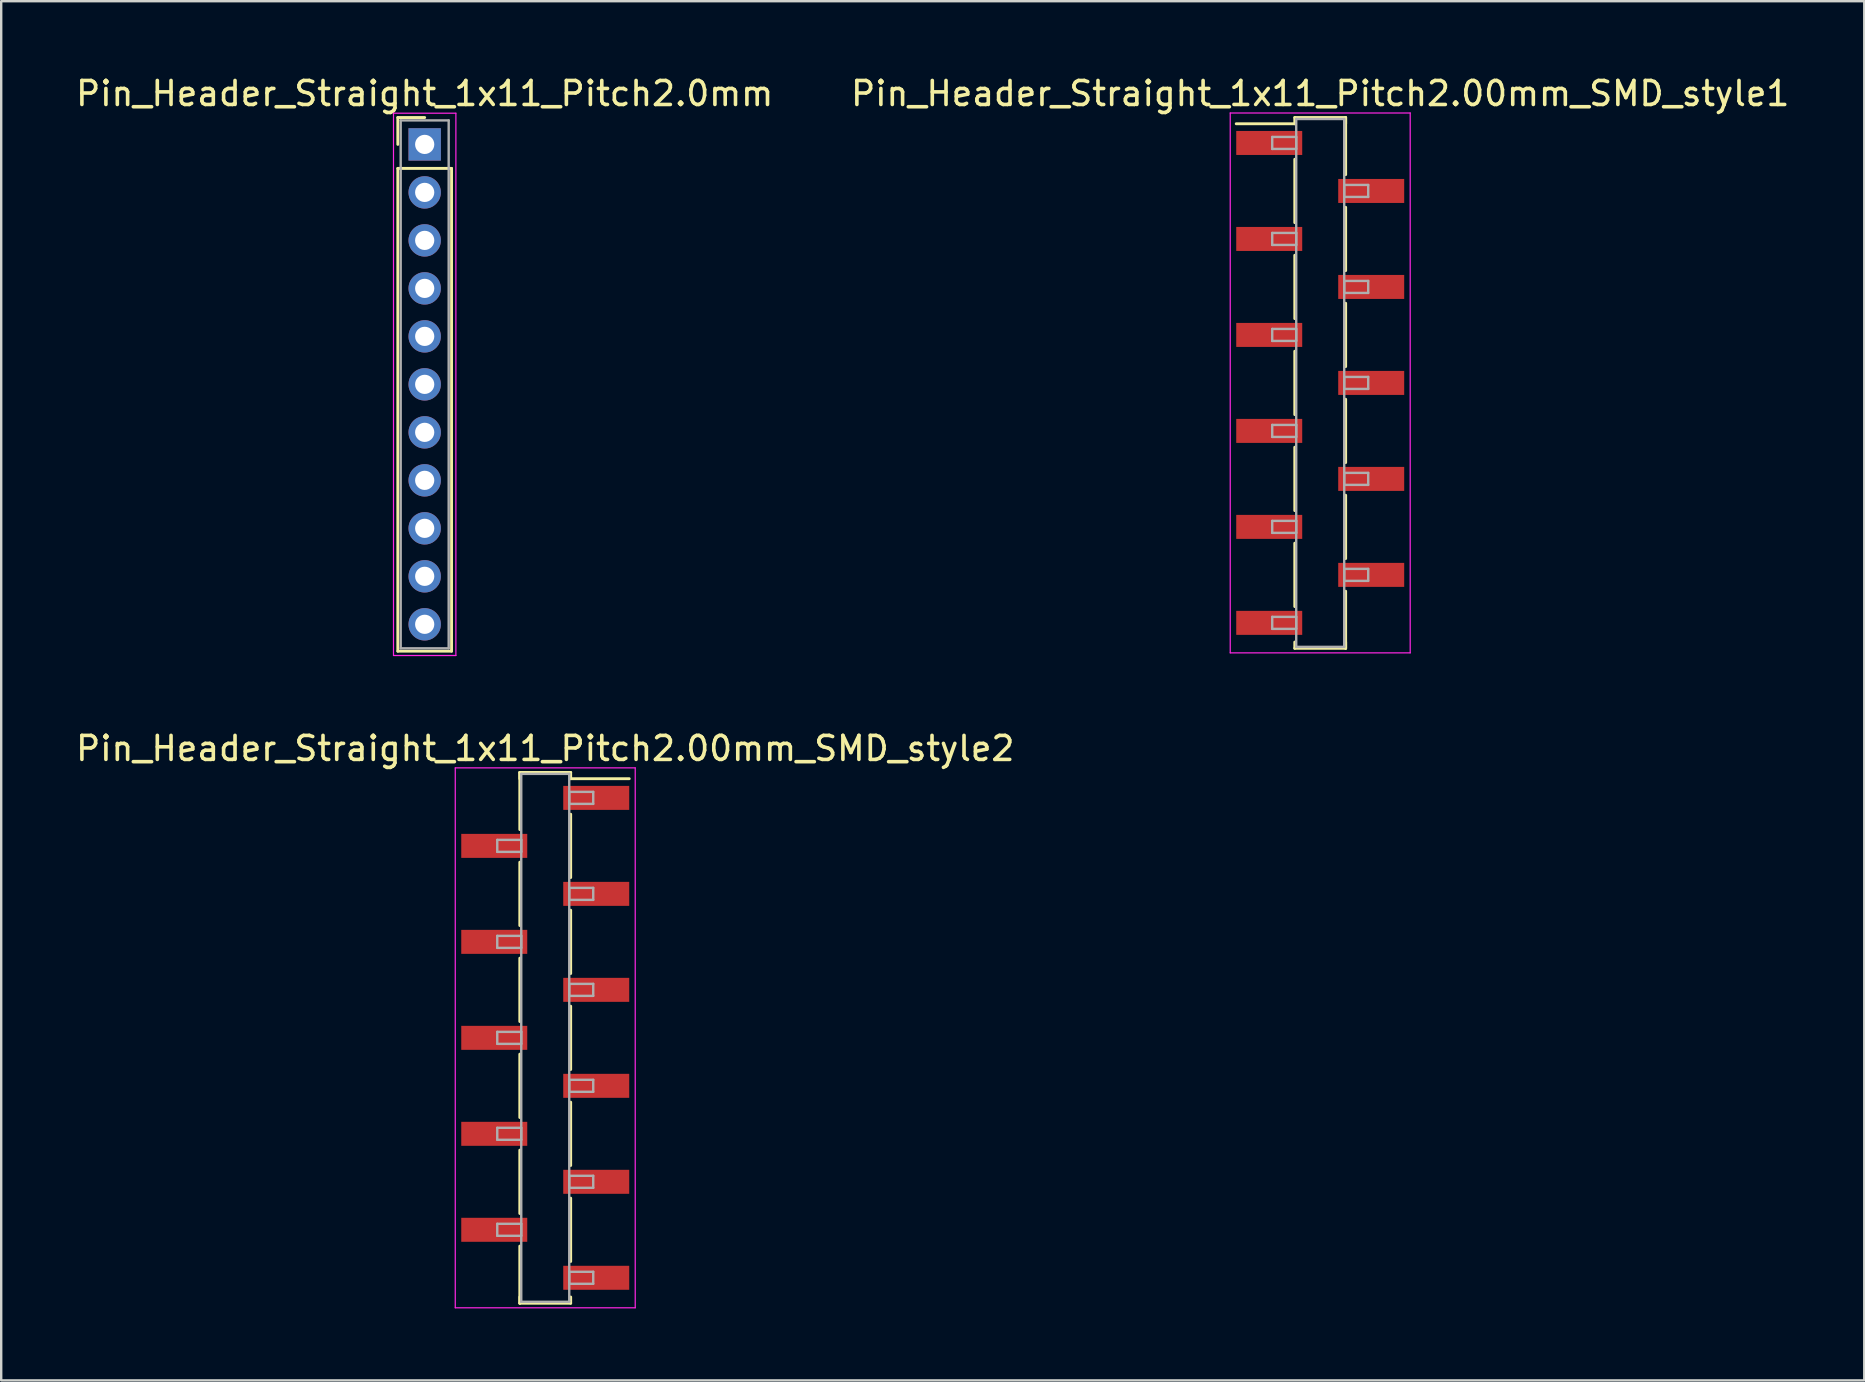
<source format=kicad_pcb>
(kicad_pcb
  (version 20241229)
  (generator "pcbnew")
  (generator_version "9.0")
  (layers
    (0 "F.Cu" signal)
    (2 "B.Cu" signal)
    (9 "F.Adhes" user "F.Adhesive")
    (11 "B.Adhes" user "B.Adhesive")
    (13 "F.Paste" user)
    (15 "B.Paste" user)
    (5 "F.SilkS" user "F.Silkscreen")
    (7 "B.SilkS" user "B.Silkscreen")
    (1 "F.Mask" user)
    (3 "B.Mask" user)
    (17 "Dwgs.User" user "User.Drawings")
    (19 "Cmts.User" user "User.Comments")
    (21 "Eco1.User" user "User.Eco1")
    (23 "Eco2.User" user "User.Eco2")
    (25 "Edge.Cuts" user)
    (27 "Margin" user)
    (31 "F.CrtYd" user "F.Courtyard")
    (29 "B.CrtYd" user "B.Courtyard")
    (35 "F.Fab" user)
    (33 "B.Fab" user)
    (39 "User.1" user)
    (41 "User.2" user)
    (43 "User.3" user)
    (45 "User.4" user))
  (footprint "Pin_Header_Straight_1x11_Pitch2.0mm"
    (layer "F.Cu")
    (at 14.649 2.968)
    (property "Reference" "Pin_Header_Straight_1x11_Pitch2.0mm" (at 0 -2.12 0) (layer "F.SilkS") (effects (font (size 1 1) (thickness 0.15))))
    (attr through_hole)
    (fp_line (start -1.12 -1.12) (end 0 -1.12) (stroke (width 0.12) (type solid)) (layer "F.SilkS"))
    (fp_line (start -1.12 0) (end -1.12 -1.12) (stroke (width 0.12) (type solid)) (layer "F.SilkS"))
    (fp_line (start -1.12 1) (end -1.12 21.12) (stroke (width 0.12) (type solid)) (layer "F.SilkS"))
    (fp_line (start -1.12 21.12) (end 1.12 21.12) (stroke (width 0.12) (type solid)) (layer "F.SilkS"))
    (fp_line (start 1.12 1) (end -1.12 1) (stroke (width 0.12) (type solid)) (layer "F.SilkS"))
    (fp_line (start 1.12 21.12) (end 1.12 1) (stroke (width 0.12) (type solid)) (layer "F.SilkS"))
    (fp_line (start -1.3 -1.3) (end -1.3 21.3) (stroke (width 0.05) (type solid)) (layer "F.CrtYd"))
    (fp_line (start -1.3 21.3) (end 1.3 21.3) (stroke (width 0.05) (type solid)) (layer "F.CrtYd"))
    (fp_line (start 1.3 -1.3) (end -1.3 -1.3) (stroke (width 0.05) (type solid)) (layer "F.CrtYd"))
    (fp_line (start 1.3 21.3) (end 1.3 -1.3) (stroke (width 0.05) (type solid)) (layer "F.CrtYd"))
    (fp_line (start -1 -1) (end -1 21) (stroke (width 0.1) (type solid)) (layer "F.Fab"))
    (fp_line (start -1 21) (end 1 21) (stroke (width 0.1) (type solid)) (layer "F.Fab"))
    (fp_line (start 1 -1) (end -1 -1) (stroke (width 0.1) (type solid)) (layer "F.Fab"))
    (fp_line (start 1 21) (end 1 -1) (stroke (width 0.1) (type solid)) (layer "F.Fab"))
    (pad "1" thru_hole rect (at 0 0) (size 1.35 1.35) (drill 0.8) (layers "*.Cu" "*.Mask"))
    (pad "2" thru_hole oval (at 0 2) (size 1.35 1.35) (drill 0.8) (layers "*.Cu" "*.Mask"))
    (pad "3" thru_hole oval (at 0 4) (size 1.35 1.35) (drill 0.8) (layers "*.Cu" "*.Mask"))
    (pad "4" thru_hole oval (at 0 6) (size 1.35 1.35) (drill 0.8) (layers "*.Cu" "*.Mask"))
    (pad "5" thru_hole oval (at 0 8) (size 1.35 1.35) (drill 0.8) (layers "*.Cu" "*.Mask"))
    (pad "6" thru_hole oval (at 0 10) (size 1.35 1.35) (drill 0.8) (layers "*.Cu" "*.Mask"))
    (pad "7" thru_hole oval (at 0 12) (size 1.35 1.35) (drill 0.8) (layers "*.Cu" "*.Mask"))
    (pad "8" thru_hole oval (at 0 14) (size 1.35 1.35) (drill 0.8) (layers "*.Cu" "*.Mask"))
    (pad "9" thru_hole oval (at 0 16) (size 1.35 1.35) (drill 0.8) (layers "*.Cu" "*.Mask"))
    (pad "10" thru_hole oval (at 0 18) (size 1.35 1.35) (drill 0.8) (layers "*.Cu" "*.Mask"))
    (pad "11" thru_hole oval (at 0 20) (size 1.35 1.35) (drill 0.8) (layers "*.Cu" "*.Mask")))
  (footprint "Pin_Header_Straight_1x11_Pitch2.00mm_SMD_style1"
    (layer "F.Cu")
    (at 51.97 12.908)
    (property "Reference" "Pin_Header_Straight_1x11_Pitch2.00mm_SMD_style1" (at 0 -12.06 0) (layer "F.SilkS") (effects (font (size 1 1) (thickness 0.15))))
    (attr smd)
    (fp_line (start -1.06 -11.06) (end 1.06 -11.06) (stroke (width 0.12) (type solid)) (layer "F.SilkS"))
    (fp_line (start -1.06 -10.8) (end -3.5 -10.8) (stroke (width 0.12) (type solid)) (layer "F.SilkS"))
    (fp_line (start -1.06 -10.8) (end -1.06 -11.06) (stroke (width 0.12) (type solid)) (layer "F.SilkS"))
    (fp_line (start -1.06 -9.32) (end -1.06 -6.68) (stroke (width 0.12) (type solid)) (layer "F.SilkS"))
    (fp_line (start -1.06 -5.32) (end -1.06 -2.68) (stroke (width 0.12) (type solid)) (layer "F.SilkS"))
    (fp_line (start -1.06 -1.32) (end -1.06 1.32) (stroke (width 0.12) (type solid)) (layer "F.SilkS"))
    (fp_line (start -1.06 2.68) (end -1.06 5.32) (stroke (width 0.12) (type solid)) (layer "F.SilkS"))
    (fp_line (start -1.06 6.68) (end -1.06 9.32) (stroke (width 0.12) (type solid)) (layer "F.SilkS"))
    (fp_line (start -1.06 10.8) (end -1.06 11.06) (stroke (width 0.12) (type solid)) (layer "F.SilkS"))
    (fp_line (start -1.06 11.06) (end 1.06 11.06) (stroke (width 0.12) (type solid)) (layer "F.SilkS"))
    (fp_line (start 1.06 -11.06) (end 1.06 -10.8) (stroke (width 0.12) (type solid)) (layer "F.SilkS"))
    (fp_line (start 1.06 -11.06) (end 1.06 -8.68) (stroke (width 0.12) (type solid)) (layer "F.SilkS"))
    (fp_line (start 1.06 -7.32) (end 1.06 -4.68) (stroke (width 0.12) (type solid)) (layer "F.SilkS"))
    (fp_line (start 1.06 -3.32) (end 1.06 -0.68) (stroke (width 0.12) (type solid)) (layer "F.SilkS"))
    (fp_line (start 1.06 0.68) (end 1.06 3.32) (stroke (width 0.12) (type solid)) (layer "F.SilkS"))
    (fp_line (start 1.06 4.68) (end 1.06 7.32) (stroke (width 0.12) (type solid)) (layer "F.SilkS"))
    (fp_line (start 1.06 8.68) (end 1.06 11.06) (stroke (width 0.12) (type solid)) (layer "F.SilkS"))
    (fp_line (start 1.06 11.06) (end 1.06 10.8) (stroke (width 0.12) (type solid)) (layer "F.SilkS"))
    (fp_line (start -3.75 -11.25) (end -3.75 11.25) (stroke (width 0.05) (type solid)) (layer "F.CrtYd"))
    (fp_line (start -3.75 11.25) (end 3.75 11.25) (stroke (width 0.05) (type solid)) (layer "F.CrtYd"))
    (fp_line (start 3.75 -11.25) (end -3.75 -11.25) (stroke (width 0.05) (type solid)) (layer "F.CrtYd"))
    (fp_line (start 3.75 11.25) (end 3.75 -11.25) (stroke (width 0.05) (type solid)) (layer "F.CrtYd"))
    (fp_line (start -2 -10.25) (end -1 -10.25) (stroke (width 0.1) (type solid)) (layer "F.Fab"))
    (fp_line (start -2 -9.75) (end -2 -10.25) (stroke (width 0.1) (type solid)) (layer "F.Fab"))
    (fp_line (start -2 -6.25) (end -1 -6.25) (stroke (width 0.1) (type solid)) (layer "F.Fab"))
    (fp_line (start -2 -5.75) (end -2 -6.25) (stroke (width 0.1) (type solid)) (layer "F.Fab"))
    (fp_line (start -2 -2.25) (end -1 -2.25) (stroke (width 0.1) (type solid)) (layer "F.Fab"))
    (fp_line (start -2 -1.75) (end -2 -2.25) (stroke (width 0.1) (type solid)) (layer "F.Fab"))
    (fp_line (start -2 1.75) (end -1 1.75) (stroke (width 0.1) (type solid)) (layer "F.Fab"))
    (fp_line (start -2 2.25) (end -2 1.75) (stroke (width 0.1) (type solid)) (layer "F.Fab"))
    (fp_line (start -2 5.75) (end -1 5.75) (stroke (width 0.1) (type solid)) (layer "F.Fab"))
    (fp_line (start -2 6.25) (end -2 5.75) (stroke (width 0.1) (type solid)) (layer "F.Fab"))
    (fp_line (start -2 9.75) (end -1 9.75) (stroke (width 0.1) (type solid)) (layer "F.Fab"))
    (fp_line (start -2 10.25) (end -2 9.75) (stroke (width 0.1) (type solid)) (layer "F.Fab"))
    (fp_line (start -1 -11) (end -1 11) (stroke (width 0.1) (type solid)) (layer "F.Fab"))
    (fp_line (start -1 -10.25) (end -1 -9.75) (stroke (width 0.1) (type solid)) (layer "F.Fab"))
    (fp_line (start -1 -9.75) (end -2 -9.75) (stroke (width 0.1) (type solid)) (layer "F.Fab"))
    (fp_line (start -1 -6.25) (end -1 -5.75) (stroke (width 0.1) (type solid)) (layer "F.Fab"))
    (fp_line (start -1 -5.75) (end -2 -5.75) (stroke (width 0.1) (type solid)) (layer "F.Fab"))
    (fp_line (start -1 -2.25) (end -1 -1.75) (stroke (width 0.1) (type solid)) (layer "F.Fab"))
    (fp_line (start -1 -1.75) (end -2 -1.75) (stroke (width 0.1) (type solid)) (layer "F.Fab"))
    (fp_line (start -1 1.75) (end -1 2.25) (stroke (width 0.1) (type solid)) (layer "F.Fab"))
    (fp_line (start -1 2.25) (end -2 2.25) (stroke (width 0.1) (type solid)) (layer "F.Fab"))
    (fp_line (start -1 5.75) (end -1 6.25) (stroke (width 0.1) (type solid)) (layer "F.Fab"))
    (fp_line (start -1 6.25) (end -2 6.25) (stroke (width 0.1) (type solid)) (layer "F.Fab"))
    (fp_line (start -1 9.75) (end -1 10.25) (stroke (width 0.1) (type solid)) (layer "F.Fab"))
    (fp_line (start -1 10.25) (end -2 10.25) (stroke (width 0.1) (type solid)) (layer "F.Fab"))
    (fp_line (start -1 11) (end 1 11) (stroke (width 0.1) (type solid)) (layer "F.Fab"))
    (fp_line (start 1 -11) (end -1 -11) (stroke (width 0.1) (type solid)) (layer "F.Fab"))
    (fp_line (start 1 -8.25) (end 1 -7.75) (stroke (width 0.1) (type solid)) (layer "F.Fab"))
    (fp_line (start 1 -7.75) (end 2 -7.75) (stroke (width 0.1) (type solid)) (layer "F.Fab"))
    (fp_line (start 1 -4.25) (end 1 -3.75) (stroke (width 0.1) (type solid)) (layer "F.Fab"))
    (fp_line (start 1 -3.75) (end 2 -3.75) (stroke (width 0.1) (type solid)) (layer "F.Fab"))
    (fp_line (start 1 -0.25) (end 1 0.25) (stroke (width 0.1) (type solid)) (layer "F.Fab"))
    (fp_line (start 1 0.25) (end 2 0.25) (stroke (width 0.1) (type solid)) (layer "F.Fab"))
    (fp_line (start 1 3.75) (end 1 4.25) (stroke (width 0.1) (type solid)) (layer "F.Fab"))
    (fp_line (start 1 4.25) (end 2 4.25) (stroke (width 0.1) (type solid)) (layer "F.Fab"))
    (fp_line (start 1 7.75) (end 1 8.25) (stroke (width 0.1) (type solid)) (layer "F.Fab"))
    (fp_line (start 1 8.25) (end 2 8.25) (stroke (width 0.1) (type solid)) (layer "F.Fab"))
    (fp_line (start 1 11) (end 1 -11) (stroke (width 0.1) (type solid)) (layer "F.Fab"))
    (fp_line (start 2 -8.25) (end 1 -8.25) (stroke (width 0.1) (type solid)) (layer "F.Fab"))
    (fp_line (start 2 -7.75) (end 2 -8.25) (stroke (width 0.1) (type solid)) (layer "F.Fab"))
    (fp_line (start 2 -4.25) (end 1 -4.25) (stroke (width 0.1) (type solid)) (layer "F.Fab"))
    (fp_line (start 2 -3.75) (end 2 -4.25) (stroke (width 0.1) (type solid)) (layer "F.Fab"))
    (fp_line (start 2 -0.25) (end 1 -0.25) (stroke (width 0.1) (type solid)) (layer "F.Fab"))
    (fp_line (start 2 0.25) (end 2 -0.25) (stroke (width 0.1) (type solid)) (layer "F.Fab"))
    (fp_line (start 2 3.75) (end 1 3.75) (stroke (width 0.1) (type solid)) (layer "F.Fab"))
    (fp_line (start 2 4.25) (end 2 3.75) (stroke (width 0.1) (type solid)) (layer "F.Fab"))
    (fp_line (start 2 7.75) (end 1 7.75) (stroke (width 0.1) (type solid)) (layer "F.Fab"))
    (fp_line (start 2 8.25) (end 2 7.75) (stroke (width 0.1) (type solid)) (layer "F.Fab"))
    (pad "1" smd rect (at -2.125 -10) (size 2.75 1) (layers "F.Cu" "F.Mask"))
    (pad "2" smd rect (at 2.125 -8) (size 2.75 1) (layers "F.Cu" "F.Mask"))
    (pad "3" smd rect (at -2.125 -6) (size 2.75 1) (layers "F.Cu" "F.Mask"))
    (pad "4" smd rect (at 2.125 -4) (size 2.75 1) (layers "F.Cu" "F.Mask"))
    (pad "5" smd rect (at -2.125 -2) (size 2.75 1) (layers "F.Cu" "F.Mask"))
    (pad "6" smd rect (at 2.125 0) (size 2.75 1) (layers "F.Cu" "F.Mask"))
    (pad "7" smd rect (at -2.125 2) (size 2.75 1) (layers "F.Cu" "F.Mask"))
    (pad "8" smd rect (at 2.125 4) (size 2.75 1) (layers "F.Cu" "F.Mask"))
    (pad "9" smd rect (at -2.125 6) (size 2.75 1) (layers "F.Cu" "F.Mask"))
    (pad "10" smd rect (at 2.125 8) (size 2.75 1) (layers "F.Cu" "F.Mask"))
    (pad "11" smd rect (at -2.125 10) (size 2.75 1) (layers "F.Cu" "F.Mask")))
  (footprint "Pin_Header_Straight_1x11_Pitch2.00mm_SMD_style2"
    (layer "F.Cu")
    (at 19.673 40.202)
    (property "Reference" "Pin_Header_Straight_1x11_Pitch2.00mm_SMD_style2" (at 0 -12.06 0) (layer "F.SilkS") (effects (font (size 1 1) (thickness 0.15))))
    (attr smd)
    (fp_line (start -1.06 -11.06) (end -1.06 -8.68) (stroke (width 0.12) (type solid)) (layer "F.SilkS"))
    (fp_line (start -1.06 -11.06) (end 1.06 -11.06) (stroke (width 0.12) (type solid)) (layer "F.SilkS"))
    (fp_line (start -1.06 -10.8) (end -1.06 -11.06) (stroke (width 0.12) (type solid)) (layer "F.SilkS"))
    (fp_line (start -1.06 -7.32) (end -1.06 -4.68) (stroke (width 0.12) (type solid)) (layer "F.SilkS"))
    (fp_line (start -1.06 -3.32) (end -1.06 -0.68) (stroke (width 0.12) (type solid)) (layer "F.SilkS"))
    (fp_line (start -1.06 0.68) (end -1.06 3.32) (stroke (width 0.12) (type solid)) (layer "F.SilkS"))
    (fp_line (start -1.06 4.68) (end -1.06 7.32) (stroke (width 0.12) (type solid)) (layer "F.SilkS"))
    (fp_line (start -1.06 8.68) (end -1.06 11.06) (stroke (width 0.12) (type solid)) (layer "F.SilkS"))
    (fp_line (start -1.06 10.8) (end -1.06 11.06) (stroke (width 0.12) (type solid)) (layer "F.SilkS"))
    (fp_line (start -1.06 11.06) (end 1.06 11.06) (stroke (width 0.12) (type solid)) (layer "F.SilkS"))
    (fp_line (start 1.06 -11.06) (end 1.06 -10.8) (stroke (width 0.12) (type solid)) (layer "F.SilkS"))
    (fp_line (start 1.06 -10.8) (end 3.5 -10.8) (stroke (width 0.12) (type solid)) (layer "F.SilkS"))
    (fp_line (start 1.06 -9.32) (end 1.06 -6.68) (stroke (width 0.12) (type solid)) (layer "F.SilkS"))
    (fp_line (start 1.06 -5.32) (end 1.06 -2.68) (stroke (width 0.12) (type solid)) (layer "F.SilkS"))
    (fp_line (start 1.06 -1.32) (end 1.06 1.32) (stroke (width 0.12) (type solid)) (layer "F.SilkS"))
    (fp_line (start 1.06 2.68) (end 1.06 5.32) (stroke (width 0.12) (type solid)) (layer "F.SilkS"))
    (fp_line (start 1.06 6.68) (end 1.06 9.32) (stroke (width 0.12) (type solid)) (layer "F.SilkS"))
    (fp_line (start 1.06 11.06) (end 1.06 10.8) (stroke (width 0.12) (type solid)) (layer "F.SilkS"))
    (fp_line (start -3.75 -11.25) (end -3.75 11.25) (stroke (width 0.05) (type solid)) (layer "F.CrtYd"))
    (fp_line (start -3.75 11.25) (end 3.75 11.25) (stroke (width 0.05) (type solid)) (layer "F.CrtYd"))
    (fp_line (start 3.75 -11.25) (end -3.75 -11.25) (stroke (width 0.05) (type solid)) (layer "F.CrtYd"))
    (fp_line (start 3.75 11.25) (end 3.75 -11.25) (stroke (width 0.05) (type solid)) (layer "F.CrtYd"))
    (fp_line (start -2 -8.25) (end -1 -8.25) (stroke (width 0.1) (type solid)) (layer "F.Fab"))
    (fp_line (start -2 -7.75) (end -2 -8.25) (stroke (width 0.1) (type solid)) (layer "F.Fab"))
    (fp_line (start -2 -4.25) (end -1 -4.25) (stroke (width 0.1) (type solid)) (layer "F.Fab"))
    (fp_line (start -2 -3.75) (end -2 -4.25) (stroke (width 0.1) (type solid)) (layer "F.Fab"))
    (fp_line (start -2 -0.25) (end -1 -0.25) (stroke (width 0.1) (type solid)) (layer "F.Fab"))
    (fp_line (start -2 0.25) (end -2 -0.25) (stroke (width 0.1) (type solid)) (layer "F.Fab"))
    (fp_line (start -2 3.75) (end -1 3.75) (stroke (width 0.1) (type solid)) (layer "F.Fab"))
    (fp_line (start -2 4.25) (end -2 3.75) (stroke (width 0.1) (type solid)) (layer "F.Fab"))
    (fp_line (start -2 7.75) (end -1 7.75) (stroke (width 0.1) (type solid)) (layer "F.Fab"))
    (fp_line (start -2 8.25) (end -2 7.75) (stroke (width 0.1) (type solid)) (layer "F.Fab"))
    (fp_line (start -1 -11) (end -1 11) (stroke (width 0.1) (type solid)) (layer "F.Fab"))
    (fp_line (start -1 -8.25) (end -1 -7.75) (stroke (width 0.1) (type solid)) (layer "F.Fab"))
    (fp_line (start -1 -7.75) (end -2 -7.75) (stroke (width 0.1) (type solid)) (layer "F.Fab"))
    (fp_line (start -1 -4.25) (end -1 -3.75) (stroke (width 0.1) (type solid)) (layer "F.Fab"))
    (fp_line (start -1 -3.75) (end -2 -3.75) (stroke (width 0.1) (type solid)) (layer "F.Fab"))
    (fp_line (start -1 -0.25) (end -1 0.25) (stroke (width 0.1) (type solid)) (layer "F.Fab"))
    (fp_line (start -1 0.25) (end -2 0.25) (stroke (width 0.1) (type solid)) (layer "F.Fab"))
    (fp_line (start -1 3.75) (end -1 4.25) (stroke (width 0.1) (type solid)) (layer "F.Fab"))
    (fp_line (start -1 4.25) (end -2 4.25) (stroke (width 0.1) (type solid)) (layer "F.Fab"))
    (fp_line (start -1 7.75) (end -1 8.25) (stroke (width 0.1) (type solid)) (layer "F.Fab"))
    (fp_line (start -1 8.25) (end -2 8.25) (stroke (width 0.1) (type solid)) (layer "F.Fab"))
    (fp_line (start -1 11) (end 1 11) (stroke (width 0.1) (type solid)) (layer "F.Fab"))
    (fp_line (start 1 -11) (end -1 -11) (stroke (width 0.1) (type solid)) (layer "F.Fab"))
    (fp_line (start 1 -10.25) (end 1 -9.75) (stroke (width 0.1) (type solid)) (layer "F.Fab"))
    (fp_line (start 1 -9.75) (end 2 -9.75) (stroke (width 0.1) (type solid)) (layer "F.Fab"))
    (fp_line (start 1 -6.25) (end 1 -5.75) (stroke (width 0.1) (type solid)) (layer "F.Fab"))
    (fp_line (start 1 -5.75) (end 2 -5.75) (stroke (width 0.1) (type solid)) (layer "F.Fab"))
    (fp_line (start 1 -2.25) (end 1 -1.75) (stroke (width 0.1) (type solid)) (layer "F.Fab"))
    (fp_line (start 1 -1.75) (end 2 -1.75) (stroke (width 0.1) (type solid)) (layer "F.Fab"))
    (fp_line (start 1 1.75) (end 1 2.25) (stroke (width 0.1) (type solid)) (layer "F.Fab"))
    (fp_line (start 1 2.25) (end 2 2.25) (stroke (width 0.1) (type solid)) (layer "F.Fab"))
    (fp_line (start 1 5.75) (end 1 6.25) (stroke (width 0.1) (type solid)) (layer "F.Fab"))
    (fp_line (start 1 6.25) (end 2 6.25) (stroke (width 0.1) (type solid)) (layer "F.Fab"))
    (fp_line (start 1 9.75) (end 1 10.25) (stroke (width 0.1) (type solid)) (layer "F.Fab"))
    (fp_line (start 1 10.25) (end 2 10.25) (stroke (width 0.1) (type solid)) (layer "F.Fab"))
    (fp_line (start 1 11) (end 1 -11) (stroke (width 0.1) (type solid)) (layer "F.Fab"))
    (fp_line (start 2 -10.25) (end 1 -10.25) (stroke (width 0.1) (type solid)) (layer "F.Fab"))
    (fp_line (start 2 -9.75) (end 2 -10.25) (stroke (width 0.1) (type solid)) (layer "F.Fab"))
    (fp_line (start 2 -6.25) (end 1 -6.25) (stroke (width 0.1) (type solid)) (layer "F.Fab"))
    (fp_line (start 2 -5.75) (end 2 -6.25) (stroke (width 0.1) (type solid)) (layer "F.Fab"))
    (fp_line (start 2 -2.25) (end 1 -2.25) (stroke (width 0.1) (type solid)) (layer "F.Fab"))
    (fp_line (start 2 -1.75) (end 2 -2.25) (stroke (width 0.1) (type solid)) (layer "F.Fab"))
    (fp_line (start 2 1.75) (end 1 1.75) (stroke (width 0.1) (type solid)) (layer "F.Fab"))
    (fp_line (start 2 2.25) (end 2 1.75) (stroke (width 0.1) (type solid)) (layer "F.Fab"))
    (fp_line (start 2 5.75) (end 1 5.75) (stroke (width 0.1) (type solid)) (layer "F.Fab"))
    (fp_line (start 2 6.25) (end 2 5.75) (stroke (width 0.1) (type solid)) (layer "F.Fab"))
    (fp_line (start 2 9.75) (end 1 9.75) (stroke (width 0.1) (type solid)) (layer "F.Fab"))
    (fp_line (start 2 10.25) (end 2 9.75) (stroke (width 0.1) (type solid)) (layer "F.Fab"))
    (pad "1" smd rect (at 2.125 -10) (size 2.75 1) (layers "F.Cu" "F.Mask"))
    (pad "2" smd rect (at -2.125 -8) (size 2.75 1) (layers "F.Cu" "F.Mask"))
    (pad "3" smd rect (at 2.125 -6) (size 2.75 1) (layers "F.Cu" "F.Mask"))
    (pad "4" smd rect (at -2.125 -4) (size 2.75 1) (layers "F.Cu" "F.Mask"))
    (pad "5" smd rect (at 2.125 -2) (size 2.75 1) (layers "F.Cu" "F.Mask"))
    (pad "6" smd rect (at -2.125 0) (size 2.75 1) (layers "F.Cu" "F.Mask"))
    (pad "7" smd rect (at 2.125 2) (size 2.75 1) (layers "F.Cu" "F.Mask"))
    (pad "8" smd rect (at -2.125 4) (size 2.75 1) (layers "F.Cu" "F.Mask"))
    (pad "9" smd rect (at 2.125 6) (size 2.75 1) (layers "F.Cu" "F.Mask"))
    (pad "10" smd rect (at -2.125 8) (size 2.75 1) (layers "F.Cu" "F.Mask"))
    (pad "11" smd rect (at 2.125 10) (size 2.75 1) (layers "F.Cu" "F.Mask")))
  (gr_rect
    (start -3 -3)
    (end 74.643 54.477)
    (stroke (width 0.1) (type default))
    (fill no)
    (layer "Edge.Cuts")))
</source>
